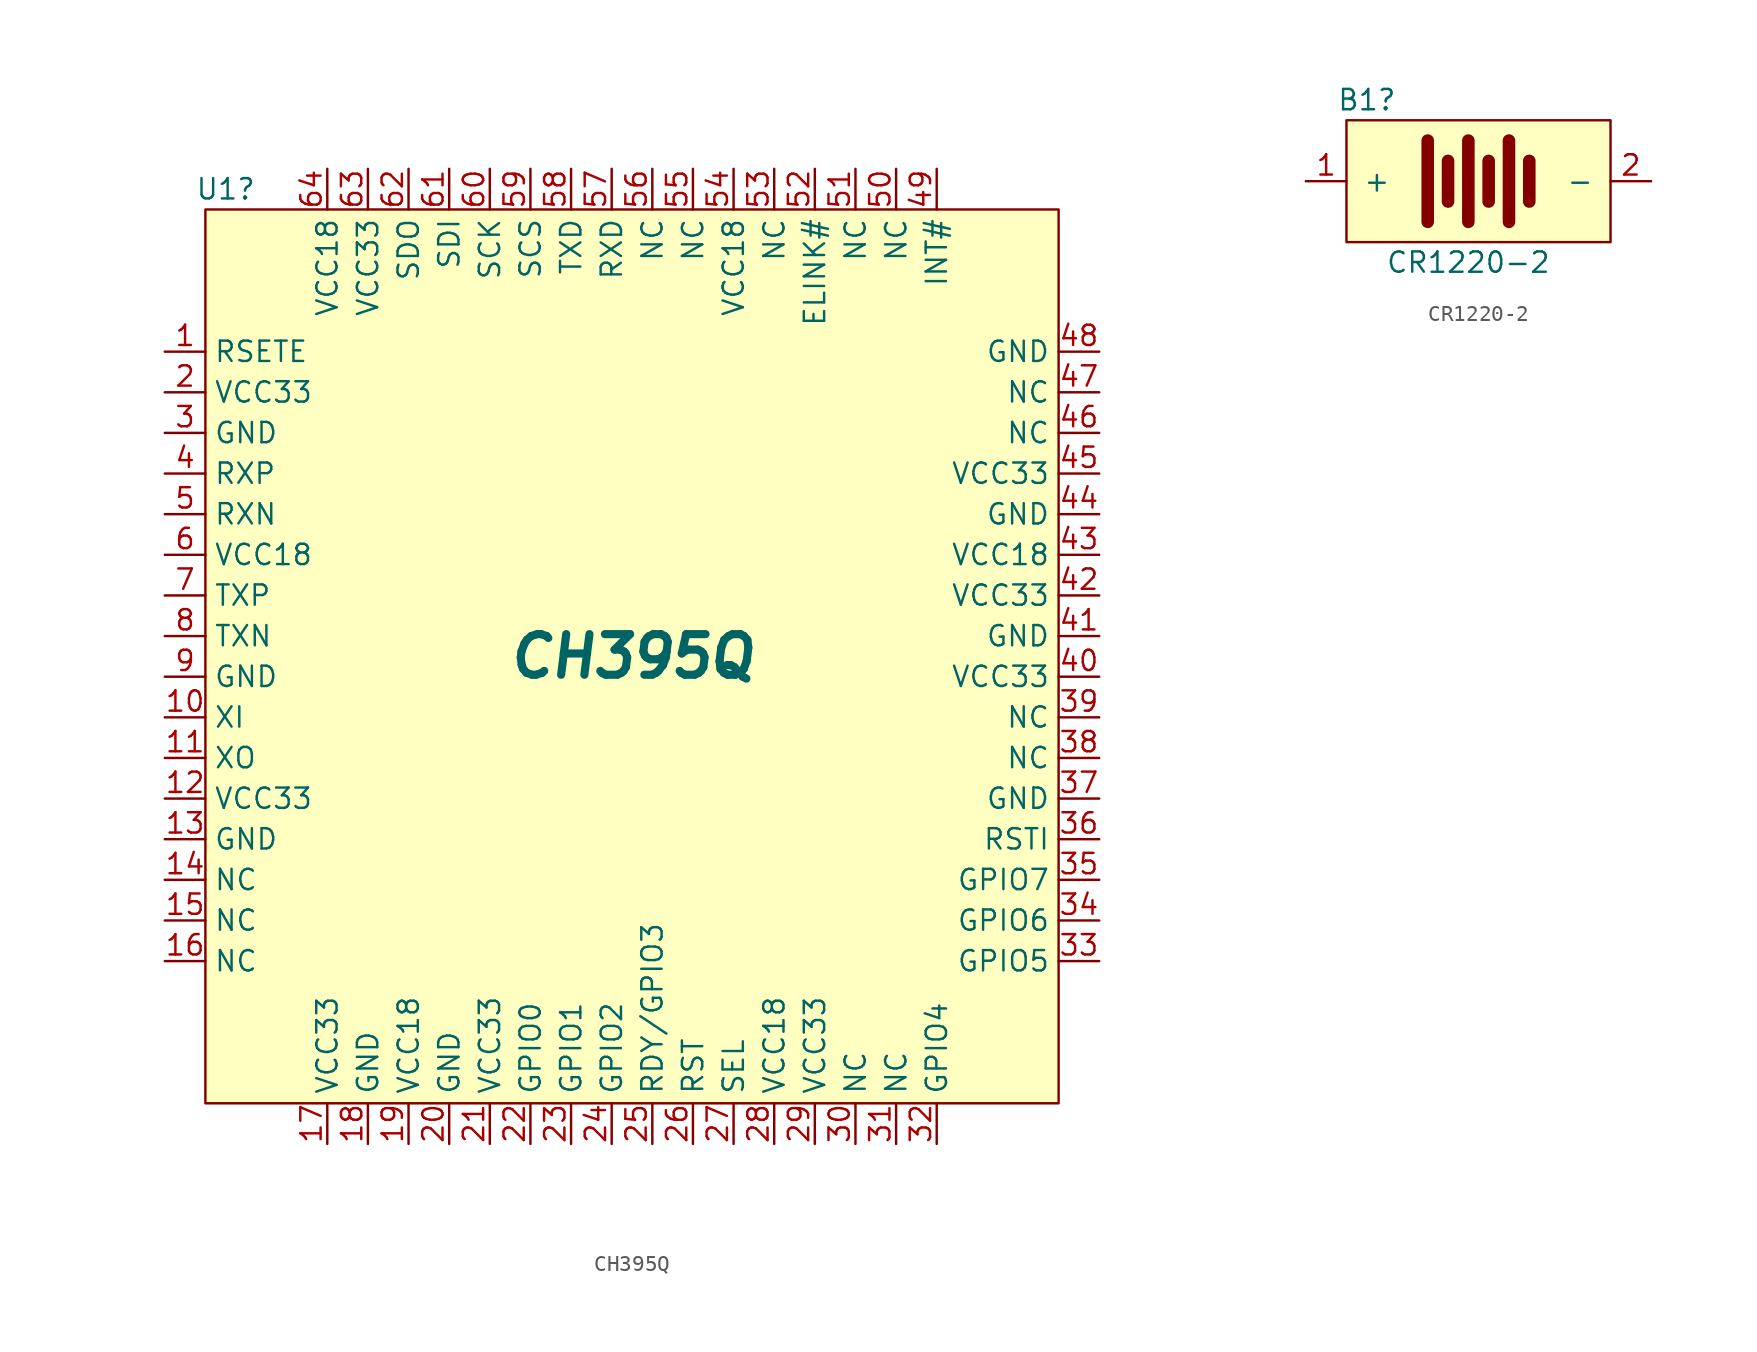
<source format=kicad_sym>
(kicad_symbol_lib
  (version 20220914)
  (generator kicad_symbol_editor)
  (symbol "CH395Q"
    (property "Reference" "U1"
      (at -25.4 29.21 0)
      (effects (font (size 1.27 1.27))))
    (property "Value" "CH395Q"
      (at 0 0 0)
      (effects (font (size 2.54 2.54) bold italic)))
    (symbol "CH395Q_0_1"
      (rectangle (start -26.67 27.94) (end 26.67 -27.94) (stroke (width 0) (type default)) (fill (type background))))
    (symbol "CH395Q_1_1"
      (pin input line (at -29.21 19.05 0) (length 2.54) (name "RSETE" (effects (font (size 1.27 1.27)))) (number "1" (effects (font (size 1.27 1.27)))))
      (pin input line (at -29.21 -3.81 0) (length 2.54) (name "XI" (effects (font (size 1.27 1.27)))) (number "10" (effects (font (size 1.27 1.27)))))
      (pin input line (at -29.21 -6.35 0) (length 2.54) (name "XO" (effects (font (size 1.27 1.27)))) (number "11" (effects (font (size 1.27 1.27)))))
      (pin input line (at -29.21 -8.89 0) (length 2.54) (name "VCC33" (effects (font (size 1.27 1.27)))) (number "12" (effects (font (size 1.27 1.27)))))
      (pin input line (at -29.21 -11.43 0) (length 2.54) (name "GND" (effects (font (size 1.27 1.27)))) (number "13" (effects (font (size 1.27 1.27)))))
      (pin input line (at -29.21 -13.97 0) (length 2.54) (name "NC" (effects (font (size 1.27 1.27)))) (number "14" (effects (font (size 1.27 1.27)))))
      (pin input line (at -29.21 -16.51 0) (length 2.54) (name "NC" (effects (font (size 1.27 1.27)))) (number "15" (effects (font (size 1.27 1.27)))))
      (pin input line (at -29.21 -19.05 0) (length 2.54) (name "NC" (effects (font (size 1.27 1.27)))) (number "16" (effects (font (size 1.27 1.27)))))
      (pin input line (at -19.05 -30.48 90) (length 2.54) (name "VCC33" (effects (font (size 1.27 1.27)))) (number "17" (effects (font (size 1.27 1.27)))))
      (pin input line (at -16.51 -30.48 90) (length 2.54) (name "GND" (effects (font (size 1.27 1.27)))) (number "18" (effects (font (size 1.27 1.27)))))
      (pin input line (at -13.97 -30.48 90) (length 2.54) (name "VCC18" (effects (font (size 1.27 1.27)))) (number "19" (effects (font (size 1.27 1.27)))))
      (pin input line (at -29.21 16.51 0) (length 2.54) (name "VCC33" (effects (font (size 1.27 1.27)))) (number "2" (effects (font (size 1.27 1.27)))))
      (pin input line (at -11.43 -30.48 90) (length 2.54) (name "GND" (effects (font (size 1.27 1.27)))) (number "20" (effects (font (size 1.27 1.27)))))
      (pin input line (at -8.89 -30.48 90) (length 2.54) (name "VCC33" (effects (font (size 1.27 1.27)))) (number "21" (effects (font (size 1.27 1.27)))))
      (pin input line (at -6.35 -30.48 90) (length 2.54) (name "GPIO0" (effects (font (size 1.27 1.27)))) (number "22" (effects (font (size 1.27 1.27)))))
      (pin input line (at -3.81 -30.48 90) (length 2.54) (name "GPIO1" (effects (font (size 1.27 1.27)))) (number "23" (effects (font (size 1.27 1.27)))))
      (pin input line (at -1.27 -30.48 90) (length 2.54) (name "GPIO2" (effects (font (size 1.27 1.27)))) (number "24" (effects (font (size 1.27 1.27)))))
      (pin input line (at 1.27 -30.48 90) (length 2.54) (name "RDY/GPIO3" (effects (font (size 1.27 1.27)))) (number "25" (effects (font (size 1.27 1.27)))))
      (pin input line (at 3.81 -30.48 90) (length 2.54) (name "RST" (effects (font (size 1.27 1.27)))) (number "26" (effects (font (size 1.27 1.27)))))
      (pin input line (at 6.35 -30.48 90) (length 2.54) (name "SEL" (effects (font (size 1.27 1.27)))) (number "27" (effects (font (size 1.27 1.27)))))
      (pin input line (at 8.89 -30.48 90) (length 2.54) (name "VCC18" (effects (font (size 1.27 1.27)))) (number "28" (effects (font (size 1.27 1.27)))))
      (pin input line (at 11.43 -30.48 90) (length 2.54) (name "VCC33" (effects (font (size 1.27 1.27)))) (number "29" (effects (font (size 1.27 1.27)))))
      (pin input line (at -29.21 13.97 0) (length 2.54) (name "GND" (effects (font (size 1.27 1.27)))) (number "3" (effects (font (size 1.27 1.27)))))
      (pin input line (at 13.97 -30.48 90) (length 2.54) (name "NC" (effects (font (size 1.27 1.27)))) (number "30" (effects (font (size 1.27 1.27)))))
      (pin input line (at 16.51 -30.48 90) (length 2.54) (name "NC" (effects (font (size 1.27 1.27)))) (number "31" (effects (font (size 1.27 1.27)))))
      (pin input line (at 19.05 -30.48 90) (length 2.54) (name "GPIO4" (effects (font (size 1.27 1.27)))) (number "32" (effects (font (size 1.27 1.27)))))
      (pin input line (at 29.21 -19.05 180) (length 2.54) (name "GPIO5" (effects (font (size 1.27 1.27)))) (number "33" (effects (font (size 1.27 1.27)))))
      (pin input line (at 29.21 -16.51 180) (length 2.54) (name "GPIO6" (effects (font (size 1.27 1.27)))) (number "34" (effects (font (size 1.27 1.27)))))
      (pin input line (at 29.21 -13.97 180) (length 2.54) (name "GPIO7" (effects (font (size 1.27 1.27)))) (number "35" (effects (font (size 1.27 1.27)))))
      (pin input line (at 29.21 -11.43 180) (length 2.54) (name "RSTI" (effects (font (size 1.27 1.27)))) (number "36" (effects (font (size 1.27 1.27)))))
      (pin input line (at 29.21 -8.89 180) (length 2.54) (name "GND" (effects (font (size 1.27 1.27)))) (number "37" (effects (font (size 1.27 1.27)))))
      (pin input line (at 29.21 -6.35 180) (length 2.54) (name "NC" (effects (font (size 1.27 1.27)))) (number "38" (effects (font (size 1.27 1.27)))))
      (pin input line (at 29.21 -3.81 180) (length 2.54) (name "NC" (effects (font (size 1.27 1.27)))) (number "39" (effects (font (size 1.27 1.27)))))
      (pin input line (at -29.21 11.43 0) (length 2.54) (name "RXP" (effects (font (size 1.27 1.27)))) (number "4" (effects (font (size 1.27 1.27)))))
      (pin input line (at 29.21 -1.27 180) (length 2.54) (name "VCC33" (effects (font (size 1.27 1.27)))) (number "40" (effects (font (size 1.27 1.27)))))
      (pin input line (at 29.21 1.27 180) (length 2.54) (name "GND" (effects (font (size 1.27 1.27)))) (number "41" (effects (font (size 1.27 1.27)))))
      (pin input line (at 29.21 3.81 180) (length 2.54) (name "VCC33" (effects (font (size 1.27 1.27)))) (number "42" (effects (font (size 1.27 1.27)))))
      (pin input line (at 29.21 6.35 180) (length 2.54) (name "VCC18" (effects (font (size 1.27 1.27)))) (number "43" (effects (font (size 1.27 1.27)))))
      (pin input line (at 29.21 8.89 180) (length 2.54) (name "GND" (effects (font (size 1.27 1.27)))) (number "44" (effects (font (size 1.27 1.27)))))
      (pin input line (at 29.21 11.43 180) (length 2.54) (name "VCC33" (effects (font (size 1.27 1.27)))) (number "45" (effects (font (size 1.27 1.27)))))
      (pin input line (at 29.21 13.97 180) (length 2.54) (name "NC" (effects (font (size 1.27 1.27)))) (number "46" (effects (font (size 1.27 1.27)))))
      (pin input line (at 29.21 16.51 180) (length 2.54) (name "NC" (effects (font (size 1.27 1.27)))) (number "47" (effects (font (size 1.27 1.27)))))
      (pin input line (at 29.21 19.05 180) (length 2.54) (name "GND" (effects (font (size 1.27 1.27)))) (number "48" (effects (font (size 1.27 1.27)))))
      (pin input line (at 19.05 30.48 270) (length 2.54) (name "INT#" (effects (font (size 1.27 1.27)))) (number "49" (effects (font (size 1.27 1.27)))))
      (pin input line (at -29.21 8.89 0) (length 2.54) (name "RXN" (effects (font (size 1.27 1.27)))) (number "5" (effects (font (size 1.27 1.27)))))
      (pin input line (at 16.51 30.48 270) (length 2.54) (name "NC" (effects (font (size 1.27 1.27)))) (number "50" (effects (font (size 1.27 1.27)))))
      (pin input line (at 13.97 30.48 270) (length 2.54) (name "NC" (effects (font (size 1.27 1.27)))) (number "51" (effects (font (size 1.27 1.27)))))
      (pin input line (at 11.43 30.48 270) (length 2.54) (name "ELINK#" (effects (font (size 1.27 1.27)))) (number "52" (effects (font (size 1.27 1.27)))))
      (pin input line (at 8.89 30.48 270) (length 2.54) (name "NC" (effects (font (size 1.27 1.27)))) (number "53" (effects (font (size 1.27 1.27)))))
      (pin input line (at 6.35 30.48 270) (length 2.54) (name "VCC18" (effects (font (size 1.27 1.27)))) (number "54" (effects (font (size 1.27 1.27)))))
      (pin input line (at 3.81 30.48 270) (length 2.54) (name "NC" (effects (font (size 1.27 1.27)))) (number "55" (effects (font (size 1.27 1.27)))))
      (pin input line (at 1.27 30.48 270) (length 2.54) (name "NC" (effects (font (size 1.27 1.27)))) (number "56" (effects (font (size 1.27 1.27)))))
      (pin input line (at -1.27 30.48 270) (length 2.54) (name "RXD" (effects (font (size 1.27 1.27)))) (number "57" (effects (font (size 1.27 1.27)))))
      (pin input line (at -3.81 30.48 270) (length 2.54) (name "TXD" (effects (font (size 1.27 1.27)))) (number "58" (effects (font (size 1.27 1.27)))))
      (pin input line (at -6.35 30.48 270) (length 2.54) (name "SCS" (effects (font (size 1.27 1.27)))) (number "59" (effects (font (size 1.27 1.27)))))
      (pin input line (at -29.21 6.35 0) (length 2.54) (name "VCC18" (effects (font (size 1.27 1.27)))) (number "6" (effects (font (size 1.27 1.27)))))
      (pin input line (at -8.89 30.48 270) (length 2.54) (name "SCK" (effects (font (size 1.27 1.27)))) (number "60" (effects (font (size 1.27 1.27)))))
      (pin input line (at -11.43 30.48 270) (length 2.54) (name "SDI" (effects (font (size 1.27 1.27)))) (number "61" (effects (font (size 1.27 1.27)))))
      (pin input line (at -13.97 30.48 270) (length 2.54) (name "SDO" (effects (font (size 1.27 1.27)))) (number "62" (effects (font (size 1.27 1.27)))))
      (pin input line (at -16.51 30.48 270) (length 2.54) (name "VCC33" (effects (font (size 1.27 1.27)))) (number "63" (effects (font (size 1.27 1.27)))))
      (pin input line (at -19.05 30.48 270) (length 2.54) (name "VCC18" (effects (font (size 1.27 1.27)))) (number "64" (effects (font (size 1.27 1.27)))))
      (pin input line (at -29.21 3.81 0) (length 2.54) (name "TXP" (effects (font (size 1.27 1.27)))) (number "7" (effects (font (size 1.27 1.27)))))
      (pin input line (at -29.21 1.27 0) (length 2.54) (name "TXN" (effects (font (size 1.27 1.27)))) (number "8" (effects (font (size 1.27 1.27)))))
      (pin input line (at -29.21 -1.27 0) (length 2.54) (name "GND" (effects (font (size 1.27 1.27)))) (number "9" (effects (font (size 1.27 1.27)))))))
  (symbol "CR1220-2"
    (pin_names
      (offset 1.016))
    (property "Reference" "B1"
      (at -6.35 5.08 0)
      (effects (font (size 1.27 1.27))))
    (property "Value" "CR1220-2"
      (at 0 -5.08 0)
      (effects (font (size 1.27 1.27))))
    (symbol "CR1220-2_0_1"
      (rectangle (start -7.62 3.81) (end 8.89 -3.81) (stroke (width 0) (type default)) (fill (type background)))
      (polyline (pts (xy -2.54 2.54) (xy -2.54 -2.54)) (stroke (width 0.787) (type default)) (fill (type none)))
      (polyline (pts (xy -1.27 1.27) (xy -1.27 -1.27)) (stroke (width 0.787) (type default)) (fill (type none)))
      (polyline (pts (xy 0 2.54) (xy 0 -2.54)) (stroke (width 0.787) (type default)) (fill (type none)))
      (polyline (pts (xy 1.27 1.27) (xy 1.27 -1.27)) (stroke (width 0.787) (type default)) (fill (type none)))
      (polyline (pts (xy 2.54 2.54) (xy 2.54 -2.54)) (stroke (width 0.787) (type default)) (fill (type none)))
      (polyline (pts (xy 3.81 1.27) (xy 3.81 -1.27)) (stroke (width 0.787) (type default)) (fill (type none))))
    (symbol "CR1220-2_1_1"
      (pin passive line (at -10.16 0 0) (length 2.54) (name "+" (effects (font (size 1.27 1.27)))) (number "1" (effects (font (size 1.27 1.27)))))
      (pin passive line (at 11.43 0 180) (length 2.54) (name "-" (effects (font (size 1.27 1.27)))) (number "2" (effects (font (size 1.27 1.27))))))))
</source>
